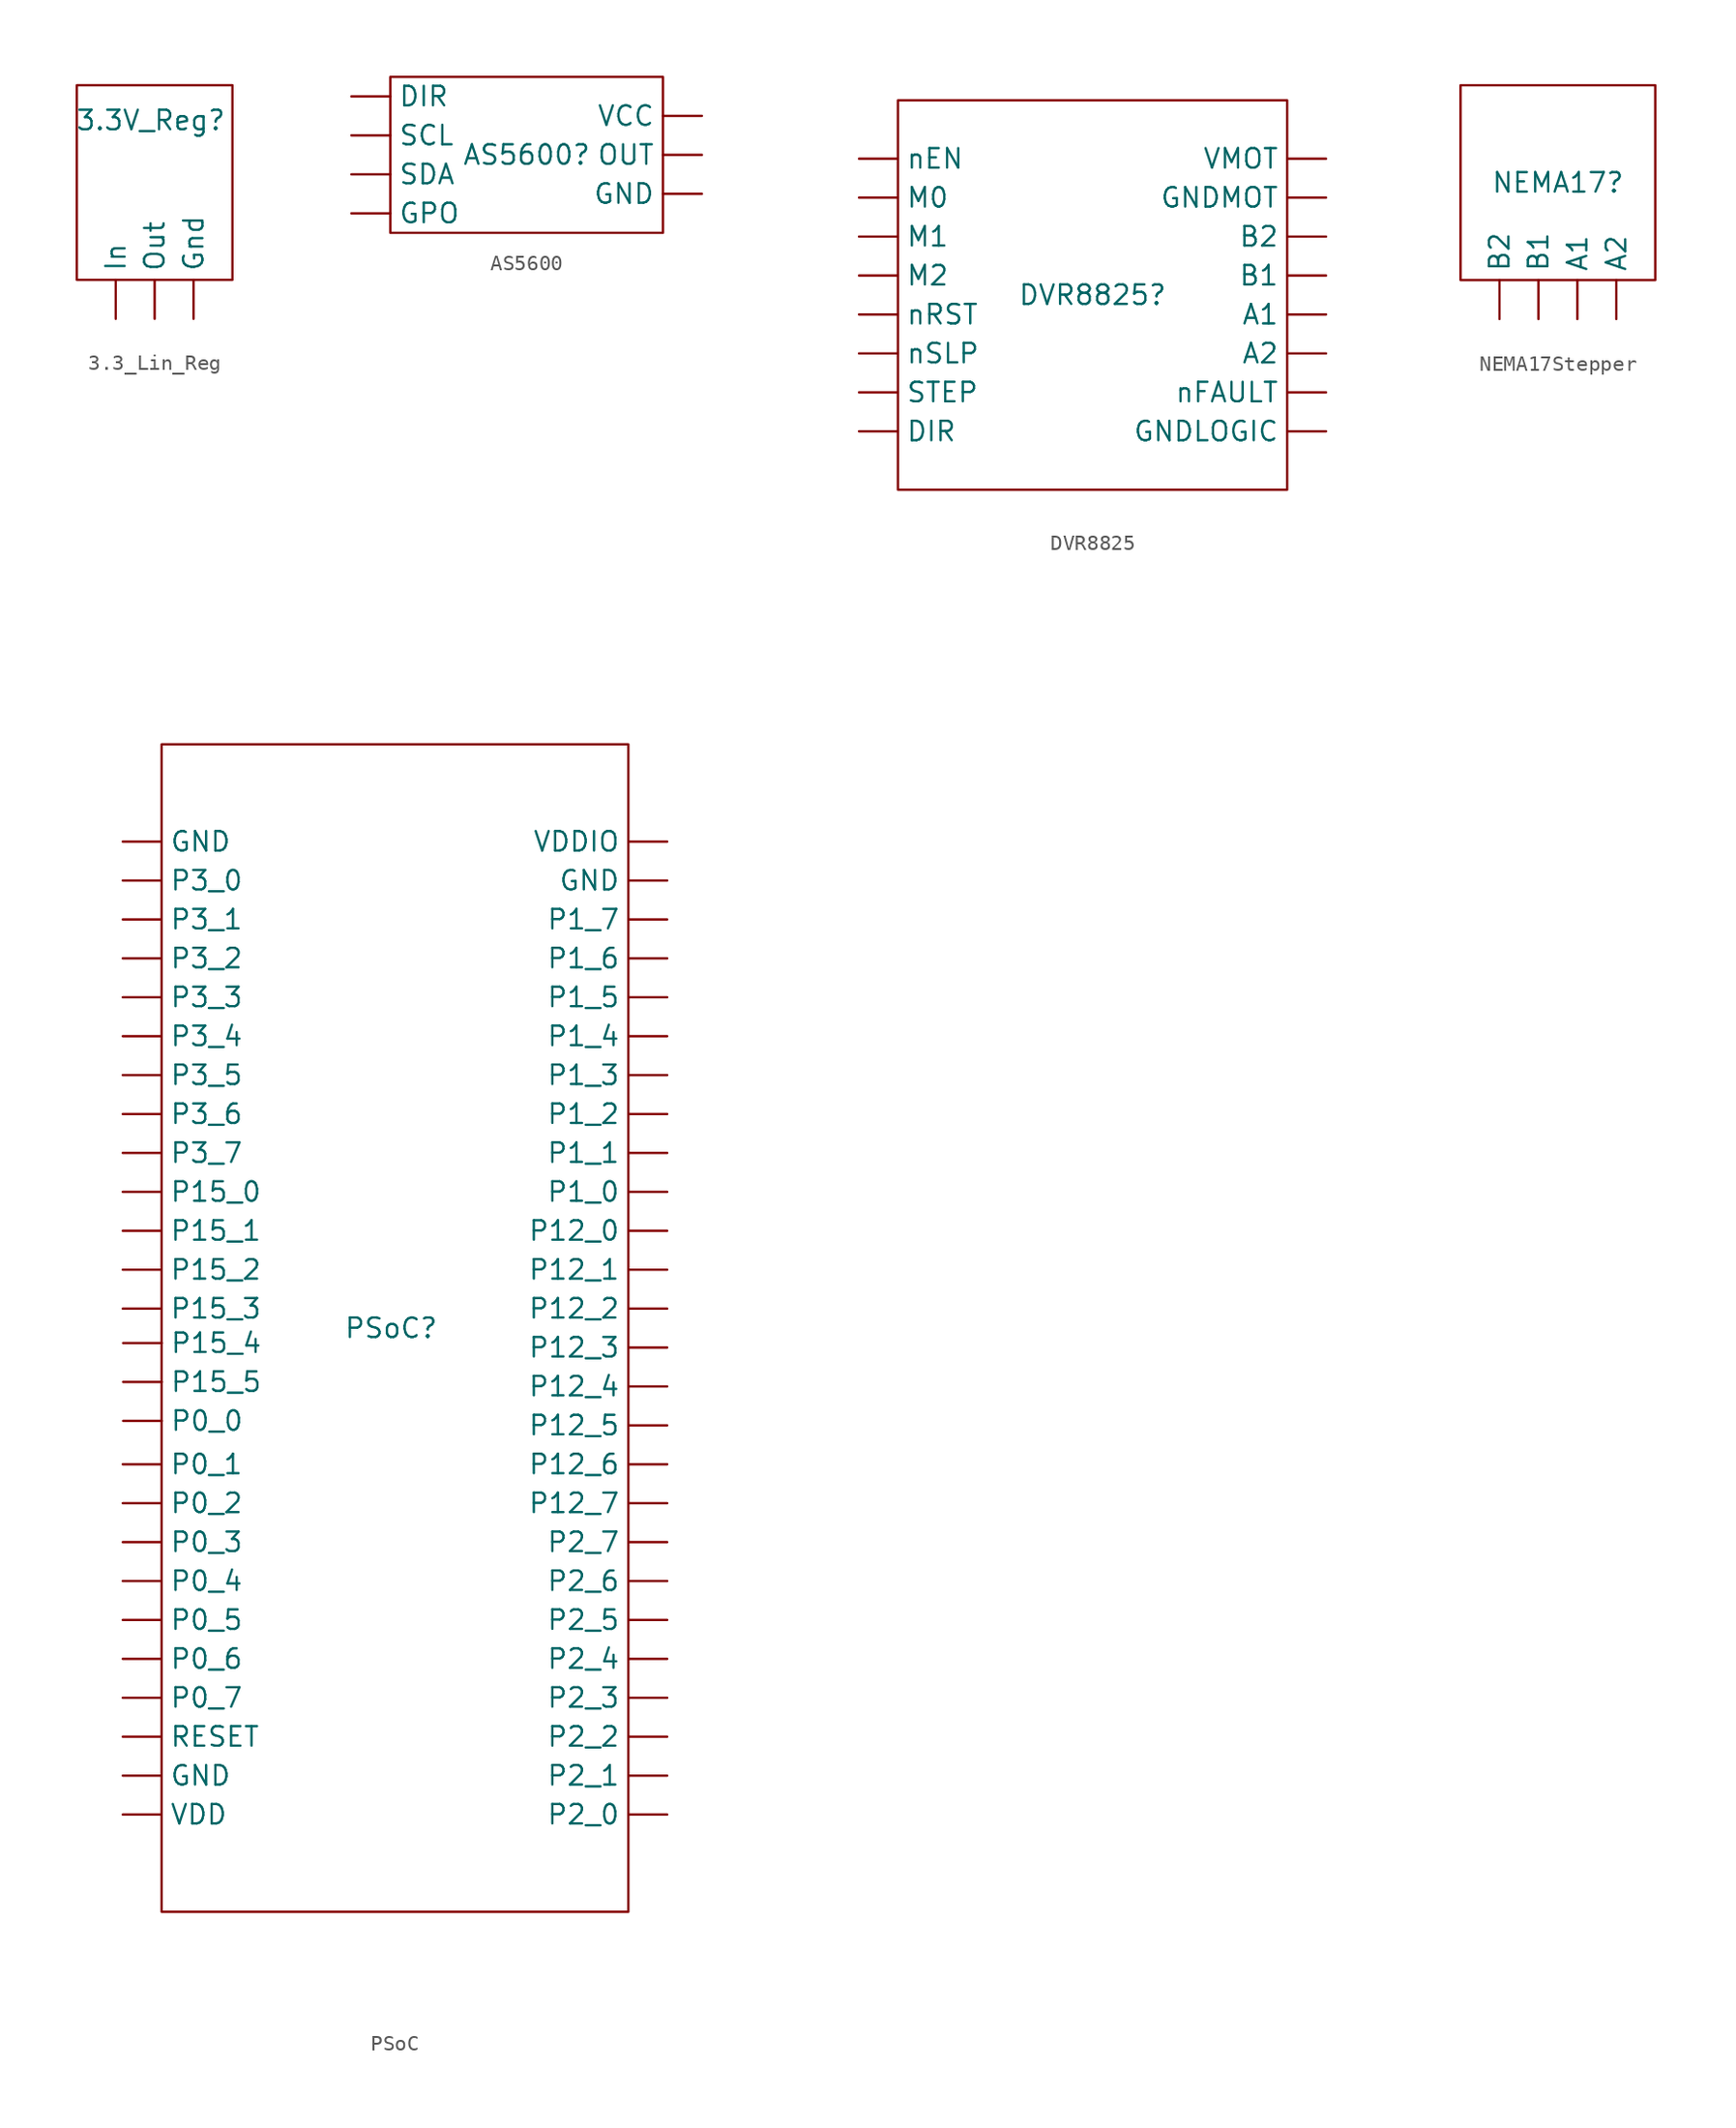
<source format=kicad_sym>
(kicad_symbol_lib
  (version 20231120)
  (generator "kicad_symbol_editor")
  (generator_version "8.0")
  (symbol "3.3_Lin_Reg"
    (property "Reference" "3.3V_Reg"
      (at -0.254 4.064 0)
      (effects (font (size 1.27 1.27))))
    (property "Value" ""
      (at 0 0 0)
      (effects (font (size 1.27 1.27))))
    (symbol "3.3_Lin_Reg_0_1"
      (rectangle (start -5.08 6.35) (end 5.08 -6.35) (stroke (width 0) (type default)) (fill (type none))))
    (symbol "3.3_Lin_Reg_1_1"
      (pin power_in line (at 2.54 -8.89 90) (length 2.54) (name "Gnd" (effects (font (size 1.27 1.27)))) (number "" (effects (font (size 1.27 1.27)))))
      (pin power_in line (at -2.54 -8.89 90) (length 2.54) (name "In" (effects (font (size 1.27 1.27)))) (number "" (effects (font (size 1.27 1.27)))))
      (pin power_out line (at 0 -8.89 90) (length 2.54) (name "Out" (effects (font (size 1.27 1.27)))) (number "" (effects (font (size 1.27 1.27)))))))
  (symbol "AS5600"
    (property "Reference" "AS5600"
      (at 0 0 0)
      (effects (font (size 1.27 1.27))))
    (property "Value" ""
      (at -3.81 0 0)
      (effects (font (size 1.27 1.27))))
    (symbol "AS5600_0_1"
      (rectangle (start -8.89 5.08) (end 8.89 -5.08) (stroke (width 0) (type default)) (fill (type none))))
    (symbol "AS5600_1_1"
      (pin input line (at -11.43 3.81 0) (length 2.54) (name "DIR" (effects (font (size 1.27 1.27)))) (number "" (effects (font (size 1.27 1.27)))))
      (pin input line (at 11.43 -2.54 180) (length 2.54) (name "GND" (effects (font (size 1.27 1.27)))) (number "" (effects (font (size 1.27 1.27)))))
      (pin input line (at -11.43 -3.81 0) (length 2.54) (name "GPO" (effects (font (size 1.27 1.27)))) (number "" (effects (font (size 1.27 1.27)))))
      (pin input line (at 11.43 0 180) (length 2.54) (name "OUT" (effects (font (size 1.27 1.27)))) (number "" (effects (font (size 1.27 1.27)))))
      (pin input line (at -11.43 1.27 0) (length 2.54) (name "SCL" (effects (font (size 1.27 1.27)))) (number "" (effects (font (size 1.27 1.27)))))
      (pin input line (at -11.43 -1.27 0) (length 2.54) (name "SDA" (effects (font (size 1.27 1.27)))) (number "" (effects (font (size 1.27 1.27)))))
      (pin input line (at 11.43 2.54 180) (length 2.54) (name "VCC" (effects (font (size 1.27 1.27)))) (number "" (effects (font (size 1.27 1.27)))))))
  (symbol "DVR8825"
    (property "Reference" "DVR8825"
      (at 0 0 0)
      (effects (font (size 1.27 1.27))))
    (property "Value" ""
      (at 0 0 0)
      (effects (font (size 1.27 1.27))))
    (symbol "DVR8825_0_1"
      (rectangle (start -12.7 12.7) (end 12.7 -12.7) (stroke (width 0) (type default)) (fill (type none))))
    (symbol "DVR8825_1_1"
      (pin input line (at 15.24 -1.27 180) (length 2.54) (name "A1" (effects (font (size 1.27 1.27)))) (number "" (effects (font (size 1.27 1.27)))))
      (pin input line (at 15.24 -3.81 180) (length 2.54) (name "A2" (effects (font (size 1.27 1.27)))) (number "" (effects (font (size 1.27 1.27)))))
      (pin input line (at 15.24 1.27 180) (length 2.54) (name "B1" (effects (font (size 1.27 1.27)))) (number "" (effects (font (size 1.27 1.27)))))
      (pin input line (at 15.24 3.81 180) (length 2.54) (name "B2" (effects (font (size 1.27 1.27)))) (number "" (effects (font (size 1.27 1.27)))))
      (pin input line (at -15.24 -8.89 0) (length 2.54) (name "DIR" (effects (font (size 1.27 1.27)))) (number "" (effects (font (size 1.27 1.27)))))
      (pin input line (at 15.24 -8.89 180) (length 2.54) (name "GNDLOGIC" (effects (font (size 1.27 1.27)))) (number "" (effects (font (size 1.27 1.27)))))
      (pin input line (at 15.24 6.35 180) (length 2.54) (name "GNDMOT" (effects (font (size 1.27 1.27)))) (number "" (effects (font (size 1.27 1.27)))))
      (pin input line (at -15.24 6.35 0) (length 2.54) (name "M0" (effects (font (size 1.27 1.27)))) (number "" (effects (font (size 1.27 1.27)))))
      (pin input line (at -15.24 3.81 0) (length 2.54) (name "M1" (effects (font (size 1.27 1.27)))) (number "" (effects (font (size 1.27 1.27)))))
      (pin input line (at -15.24 1.27 0) (length 2.54) (name "M2" (effects (font (size 1.27 1.27)))) (number "" (effects (font (size 1.27 1.27)))))
      (pin input line (at -15.24 -6.35 0) (length 2.54) (name "STEP" (effects (font (size 1.27 1.27)))) (number "" (effects (font (size 1.27 1.27)))))
      (pin input line (at 15.24 8.89 180) (length 2.54) (name "VMOT" (effects (font (size 1.27 1.27)))) (number "" (effects (font (size 1.27 1.27)))))
      (pin input line (at -15.24 8.89 0) (length 2.54) (name "nEN" (effects (font (size 1.27 1.27)))) (number "" (effects (font (size 1.27 1.27)))))
      (pin input line (at 15.24 -6.35 180) (length 2.54) (name "nFAULT" (effects (font (size 1.27 1.27)))) (number "" (effects (font (size 1.27 1.27)))))
      (pin input line (at -15.24 -1.27 0) (length 2.54) (name "nRST" (effects (font (size 1.27 1.27)))) (number "" (effects (font (size 1.27 1.27)))))
      (pin input line (at -15.24 -3.81 0) (length 2.54) (name "nSLP" (effects (font (size 1.27 1.27)))) (number "" (effects (font (size 1.27 1.27)))))))
  (symbol "NEMA17Stepper"
    (property "Reference" "NEMA17"
      (at 0 0 0)
      (effects (font (size 1.27 1.27))))
    (property "Value" ""
      (at 0 0 0)
      (effects (font (size 1.27 1.27))))
    (symbol "NEMA17Stepper_0_1"
      (rectangle (start -6.35 6.35) (end 6.35 -6.35) (stroke (width 0) (type default)) (fill (type none))))
    (symbol "NEMA17Stepper_1_1"
      (pin input line (at 1.27 -8.89 90) (length 2.54) (name "A1" (effects (font (size 1.27 1.27)))) (number "" (effects (font (size 1.27 1.27)))))
      (pin input line (at 3.81 -8.89 90) (length 2.54) (name "A2" (effects (font (size 1.27 1.27)))) (number "" (effects (font (size 1.27 1.27)))))
      (pin input line (at -1.27 -8.89 90) (length 2.54) (name "B1" (effects (font (size 1.27 1.27)))) (number "" (effects (font (size 1.27 1.27)))))
      (pin input line (at -3.81 -8.89 90) (length 2.54) (name "B2" (effects (font (size 1.27 1.27)))) (number "" (effects (font (size 1.27 1.27)))))))
  (symbol "PSoC"
    (property "Reference" "PSoC"
      (at -0.254 0 0)
      (effects (font (size 1.27 1.27))))
    (property "Value" ""
      (at -9.999 19.537 0)
      (effects (font (size 1.27 1.27))))
    (symbol "PSoC_0_1"
      (rectangle (start -15.24 38.1) (end 15.24 -38.1) (stroke (width 0) (type default)) (fill (type none))))
    (symbol "PSoC_1_1"
      (pin input line (at -17.78 -29.21 0) (length 2.54) (name "GND" (effects (font (size 1.27 1.27)))) (number "" (effects (font (size 1.27 1.27)))))
      (pin input line (at -17.78 31.75 0) (length 2.54) (name "GND" (effects (font (size 1.27 1.27)))) (number "" (effects (font (size 1.27 1.27)))))
      (pin input line (at 17.78 29.21 180) (length 2.54) (name "GND" (effects (font (size 1.27 1.27)))) (number "" (effects (font (size 1.27 1.27)))))
      (pin input line (at -17.756 -6.057 0) (length 2.54) (name "P0_0" (effects (font (size 1.27 1.27)))) (number "" (effects (font (size 1.27 1.27)))))
      (pin input line (at -17.78 -8.89 0) (length 2.54) (name "P0_1" (effects (font (size 1.27 1.27)))) (number "" (effects (font (size 1.27 1.27)))))
      (pin input line (at -17.78 -11.43 0) (length 2.54) (name "P0_2" (effects (font (size 1.27 1.27)))) (number "" (effects (font (size 1.27 1.27)))))
      (pin input line (at -17.78 -13.97 0) (length 2.54) (name "P0_3" (effects (font (size 1.27 1.27)))) (number "" (effects (font (size 1.27 1.27)))))
      (pin input line (at -17.78 -16.51 0) (length 2.54) (name "P0_4" (effects (font (size 1.27 1.27)))) (number "" (effects (font (size 1.27 1.27)))))
      (pin input line (at -17.78 -19.05 0) (length 2.54) (name "P0_5" (effects (font (size 1.27 1.27)))) (number "" (effects (font (size 1.27 1.27)))))
      (pin input line (at -17.78 -21.59 0) (length 2.54) (name "P0_6" (effects (font (size 1.27 1.27)))) (number "" (effects (font (size 1.27 1.27)))))
      (pin input line (at -17.78 -24.13 0) (length 2.54) (name "P0_7" (effects (font (size 1.27 1.27)))) (number "" (effects (font (size 1.27 1.27)))))
      (pin input line (at 17.78 6.35 180) (length 2.54) (name "P12_0" (effects (font (size 1.27 1.27)))) (number "" (effects (font (size 1.27 1.27)))))
      (pin input line (at 17.78 3.81 180) (length 2.54) (name "P12_1" (effects (font (size 1.27 1.27)))) (number "" (effects (font (size 1.27 1.27)))))
      (pin input line (at 17.78 1.27 180) (length 2.54) (name "P12_2" (effects (font (size 1.27 1.27)))) (number "" (effects (font (size 1.27 1.27)))))
      (pin input line (at 17.78 -1.27 180) (length 2.54) (name "P12_3" (effects (font (size 1.27 1.27)))) (number "" (effects (font (size 1.27 1.27)))))
      (pin input line (at 17.78 -3.81 180) (length 2.54) (name "P12_4" (effects (font (size 1.27 1.27)))) (number "" (effects (font (size 1.27 1.27)))))
      (pin input line (at 17.78 -6.35 180) (length 2.54) (name "P12_5" (effects (font (size 1.27 1.27)))) (number "" (effects (font (size 1.27 1.27)))))
      (pin input line (at 17.78 -8.89 180) (length 2.54) (name "P12_6" (effects (font (size 1.27 1.27)))) (number "" (effects (font (size 1.27 1.27)))))
      (pin input line (at 17.78 -11.43 180) (length 2.54) (name "P12_7" (effects (font (size 1.27 1.27)))) (number "" (effects (font (size 1.27 1.27)))))
      (pin input line (at -17.78 8.89 0) (length 2.54) (name "P15_0" (effects (font (size 1.27 1.27)))) (number "" (effects (font (size 1.27 1.27)))))
      (pin input line (at -17.78 6.35 0) (length 2.54) (name "P15_1" (effects (font (size 1.27 1.27)))) (number "" (effects (font (size 1.27 1.27)))))
      (pin input line (at -17.78 3.81 0) (length 2.54) (name "P15_2" (effects (font (size 1.27 1.27)))) (number "" (effects (font (size 1.27 1.27)))))
      (pin input line (at -17.78 1.27 0) (length 2.54) (name "P15_3" (effects (font (size 1.27 1.27)))) (number "" (effects (font (size 1.27 1.27)))))
      (pin input line (at -17.756 -0.977 0) (length 2.54) (name "P15_4" (effects (font (size 1.27 1.27)))) (number "" (effects (font (size 1.27 1.27)))))
      (pin input line (at -17.756 -3.517 0) (length 2.54) (name "P15_5" (effects (font (size 1.27 1.27)))) (number "" (effects (font (size 1.27 1.27)))))
      (pin input line (at 17.78 8.89 180) (length 2.54) (name "P1_0" (effects (font (size 1.27 1.27)))) (number "" (effects (font (size 1.27 1.27)))))
      (pin input line (at 17.78 11.43 180) (length 2.54) (name "P1_1" (effects (font (size 1.27 1.27)))) (number "" (effects (font (size 1.27 1.27)))))
      (pin input line (at 17.78 13.97 180) (length 2.54) (name "P1_2" (effects (font (size 1.27 1.27)))) (number "" (effects (font (size 1.27 1.27)))))
      (pin input line (at 17.78 16.51 180) (length 2.54) (name "P1_3" (effects (font (size 1.27 1.27)))) (number "" (effects (font (size 1.27 1.27)))))
      (pin input line (at 17.78 19.05 180) (length 2.54) (name "P1_4" (effects (font (size 1.27 1.27)))) (number "" (effects (font (size 1.27 1.27)))))
      (pin input line (at 17.78 21.59 180) (length 2.54) (name "P1_5" (effects (font (size 1.27 1.27)))) (number "" (effects (font (size 1.27 1.27)))))
      (pin input line (at 17.78 24.13 180) (length 2.54) (name "P1_6" (effects (font (size 1.27 1.27)))) (number "" (effects (font (size 1.27 1.27)))))
      (pin input line (at 17.78 26.67 180) (length 2.54) (name "P1_7" (effects (font (size 1.27 1.27)))) (number "" (effects (font (size 1.27 1.27)))))
      (pin input line (at 17.78 -31.75 180) (length 2.54) (name "P2_0" (effects (font (size 1.27 1.27)))) (number "" (effects (font (size 1.27 1.27)))))
      (pin input line (at 17.78 -29.21 180) (length 2.54) (name "P2_1" (effects (font (size 1.27 1.27)))) (number "" (effects (font (size 1.27 1.27)))))
      (pin input line (at 17.78 -26.67 180) (length 2.54) (name "P2_2" (effects (font (size 1.27 1.27)))) (number "" (effects (font (size 1.27 1.27)))))
      (pin input line (at 17.78 -24.13 180) (length 2.54) (name "P2_3" (effects (font (size 1.27 1.27)))) (number "" (effects (font (size 1.27 1.27)))))
      (pin input line (at 17.78 -21.59 180) (length 2.54) (name "P2_4" (effects (font (size 1.27 1.27)))) (number "" (effects (font (size 1.27 1.27)))))
      (pin input line (at 17.78 -19.05 180) (length 2.54) (name "P2_5" (effects (font (size 1.27 1.27)))) (number "" (effects (font (size 1.27 1.27)))))
      (pin input line (at 17.78 -16.51 180) (length 2.54) (name "P2_6" (effects (font (size 1.27 1.27)))) (number "" (effects (font (size 1.27 1.27)))))
      (pin input line (at 17.78 -13.97 180) (length 2.54) (name "P2_7" (effects (font (size 1.27 1.27)))) (number "" (effects (font (size 1.27 1.27)))))
      (pin tri_state line (at -17.78 29.21 0) (length 2.54) (name "P3_0" (effects (font (size 1.27 1.27)))) (number "" (effects (font (size 1.27 1.27)))))
      (pin tri_state line (at -17.78 26.67 0) (length 2.54) (name "P3_1" (effects (font (size 1.27 1.27)))) (number "" (effects (font (size 1.27 1.27)))))
      (pin tri_state line (at -17.78 24.13 0) (length 2.54) (name "P3_2" (effects (font (size 1.27 1.27)))) (number "" (effects (font (size 1.27 1.27)))))
      (pin tri_state line (at -17.78 21.59 0) (length 2.54) (name "P3_3" (effects (font (size 1.27 1.27)))) (number "" (effects (font (size 1.27 1.27)))))
      (pin input line (at -17.78 19.05 0) (length 2.54) (name "P3_4" (effects (font (size 1.27 1.27)))) (number "" (effects (font (size 1.27 1.27)))))
      (pin input line (at -17.78 16.51 0) (length 2.54) (name "P3_5" (effects (font (size 1.27 1.27)))) (number "" (effects (font (size 1.27 1.27)))))
      (pin input line (at -17.78 13.97 0) (length 2.54) (name "P3_6" (effects (font (size 1.27 1.27)))) (number "" (effects (font (size 1.27 1.27)))))
      (pin input line (at -17.78 11.43 0) (length 2.54) (name "P3_7" (effects (font (size 1.27 1.27)))) (number "" (effects (font (size 1.27 1.27)))))
      (pin input line (at -17.78 -26.67 0) (length 2.54) (name "RESET" (effects (font (size 1.27 1.27)))) (number "" (effects (font (size 1.27 1.27)))))
      (pin input line (at -17.78 -31.75 0) (length 2.54) (name "VDD" (effects (font (size 1.27 1.27)))) (number "" (effects (font (size 1.27 1.27)))))
      (pin input line (at 17.78 31.75 180) (length 2.54) (name "VDDIO" (effects (font (size 1.27 1.27)))) (number "" (effects (font (size 1.27 1.27))))))))
</source>
